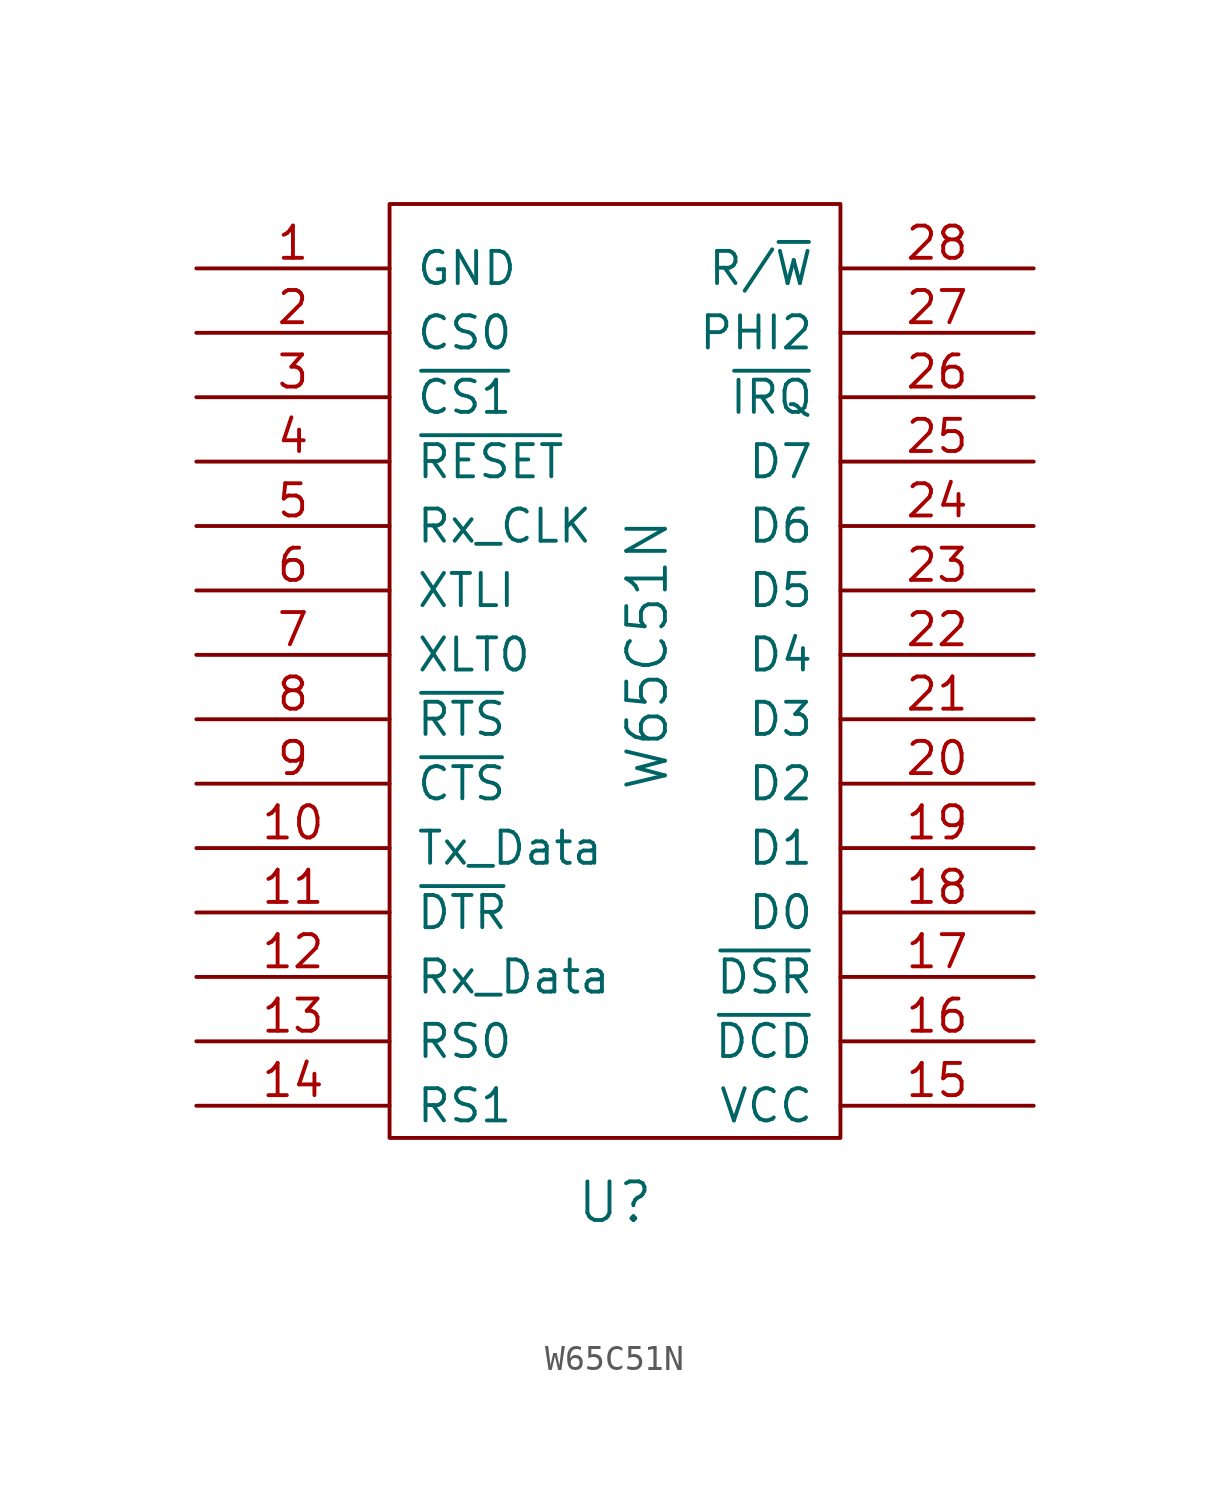
<source format=kicad_sym>
(kicad_symbol_lib
  (version 20211014)
  (generator kicad_symbol_editor)
  (symbol "W65C51N"
    (pin_names
      (offset 1.016))
    (property "Reference" "U"
      (at 0 -21.59 0)
      (effects (font (size 1.524 1.524))))
    (property "Value" "W65C51N"
      (at 1.27 0 90)
      (effects (font (size 1.524 1.524))))
    (property "Footprint" ""
      (at 0 -5.08 0)
      (effects (font (size 1.524 1.524))))
    (property "Datasheet" ""
      (at 0 -5.08 0)
      (effects (font (size 1.524 1.524))))
    (symbol "W65C51N_0_1"
      (rectangle (start -8.89 17.78) (end 8.89 -19.05) (stroke (width 0) (type default) (color 0 0 0 0)) (fill (type none))))
    (symbol "W65C51N_1_1"
      (pin input line (at -16.51 15.24 0) (length 7.62) (name "GND" (effects (font (size 1.27 1.27)))) (number "1" (effects (font (size 1.27 1.27)))))
      (pin input line (at -16.51 -7.62 0) (length 7.62) (name "Tx_Data" (effects (font (size 1.27 1.27)))) (number "10" (effects (font (size 1.27 1.27)))))
      (pin input line (at -16.51 -10.16 0) (length 7.62) (name "~{DTR}" (effects (font (size 1.27 1.27)))) (number "11" (effects (font (size 1.27 1.27)))))
      (pin input line (at -16.51 -12.7 0) (length 7.62) (name "Rx_Data" (effects (font (size 1.27 1.27)))) (number "12" (effects (font (size 1.27 1.27)))))
      (pin input line (at -16.51 -15.24 0) (length 7.62) (name "RS0" (effects (font (size 1.27 1.27)))) (number "13" (effects (font (size 1.27 1.27)))))
      (pin input line (at -16.51 -17.78 0) (length 7.62) (name "RS1" (effects (font (size 1.27 1.27)))) (number "14" (effects (font (size 1.27 1.27)))))
      (pin power_in line (at 16.51 -17.78 180) (length 7.62) (name "VCC" (effects (font (size 1.27 1.27)))) (number "15" (effects (font (size 1.27 1.27)))))
      (pin input line (at 16.51 -15.24 180) (length 7.62) (name "~{DCD}" (effects (font (size 1.27 1.27)))) (number "16" (effects (font (size 1.27 1.27)))))
      (pin input line (at 16.51 -12.7 180) (length 7.62) (name "~{DSR}" (effects (font (size 1.27 1.27)))) (number "17" (effects (font (size 1.27 1.27)))))
      (pin bidirectional line (at 16.51 -10.16 180) (length 7.62) (name "D0" (effects (font (size 1.27 1.27)))) (number "18" (effects (font (size 1.27 1.27)))))
      (pin bidirectional line (at 16.51 -7.62 180) (length 7.62) (name "D1" (effects (font (size 1.27 1.27)))) (number "19" (effects (font (size 1.27 1.27)))))
      (pin input line (at -16.51 12.7 0) (length 7.62) (name "CS0" (effects (font (size 1.27 1.27)))) (number "2" (effects (font (size 1.27 1.27)))))
      (pin bidirectional line (at 16.51 -5.08 180) (length 7.62) (name "D2" (effects (font (size 1.27 1.27)))) (number "20" (effects (font (size 1.27 1.27)))))
      (pin bidirectional line (at 16.51 -2.54 180) (length 7.62) (name "D3" (effects (font (size 1.27 1.27)))) (number "21" (effects (font (size 1.27 1.27)))))
      (pin bidirectional line (at 16.51 0 180) (length 7.62) (name "D4" (effects (font (size 1.27 1.27)))) (number "22" (effects (font (size 1.27 1.27)))))
      (pin bidirectional line (at 16.51 2.54 180) (length 7.62) (name "D5" (effects (font (size 1.27 1.27)))) (number "23" (effects (font (size 1.27 1.27)))))
      (pin bidirectional line (at 16.51 5.08 180) (length 7.62) (name "D6" (effects (font (size 1.27 1.27)))) (number "24" (effects (font (size 1.27 1.27)))))
      (pin bidirectional line (at 16.51 7.62 180) (length 7.62) (name "D7" (effects (font (size 1.27 1.27)))) (number "25" (effects (font (size 1.27 1.27)))))
      (pin output line (at 16.51 10.16 180) (length 7.62) (name "~{IRQ}" (effects (font (size 1.27 1.27)))) (number "26" (effects (font (size 1.27 1.27)))))
      (pin input line (at 16.51 12.7 180) (length 7.62) (name "PHI2" (effects (font (size 1.27 1.27)))) (number "27" (effects (font (size 1.27 1.27)))))
      (pin input line (at 16.51 15.24 180) (length 7.62) (name "R/~{W}" (effects (font (size 1.27 1.27)))) (number "28" (effects (font (size 1.27 1.27)))))
      (pin input line (at -16.51 10.16 0) (length 7.62) (name "~{CS1}" (effects (font (size 1.27 1.27)))) (number "3" (effects (font (size 1.27 1.27)))))
      (pin input line (at -16.51 7.62 0) (length 7.62) (name "~{RESET}" (effects (font (size 1.27 1.27)))) (number "4" (effects (font (size 1.27 1.27)))))
      (pin input line (at -16.51 5.08 0) (length 7.62) (name "Rx_CLK" (effects (font (size 1.27 1.27)))) (number "5" (effects (font (size 1.27 1.27)))))
      (pin input line (at -16.51 2.54 0) (length 7.62) (name "XTLI" (effects (font (size 1.27 1.27)))) (number "6" (effects (font (size 1.27 1.27)))))
      (pin input line (at -16.51 0 0) (length 7.62) (name "XLT0" (effects (font (size 1.27 1.27)))) (number "7" (effects (font (size 1.27 1.27)))))
      (pin input line (at -16.51 -2.54 0) (length 7.62) (name "~{RTS}" (effects (font (size 1.27 1.27)))) (number "8" (effects (font (size 1.27 1.27)))))
      (pin input line (at -16.51 -5.08 0) (length 7.62) (name "~{CTS}" (effects (font (size 1.27 1.27)))) (number "9" (effects (font (size 1.27 1.27))))))))
</source>
